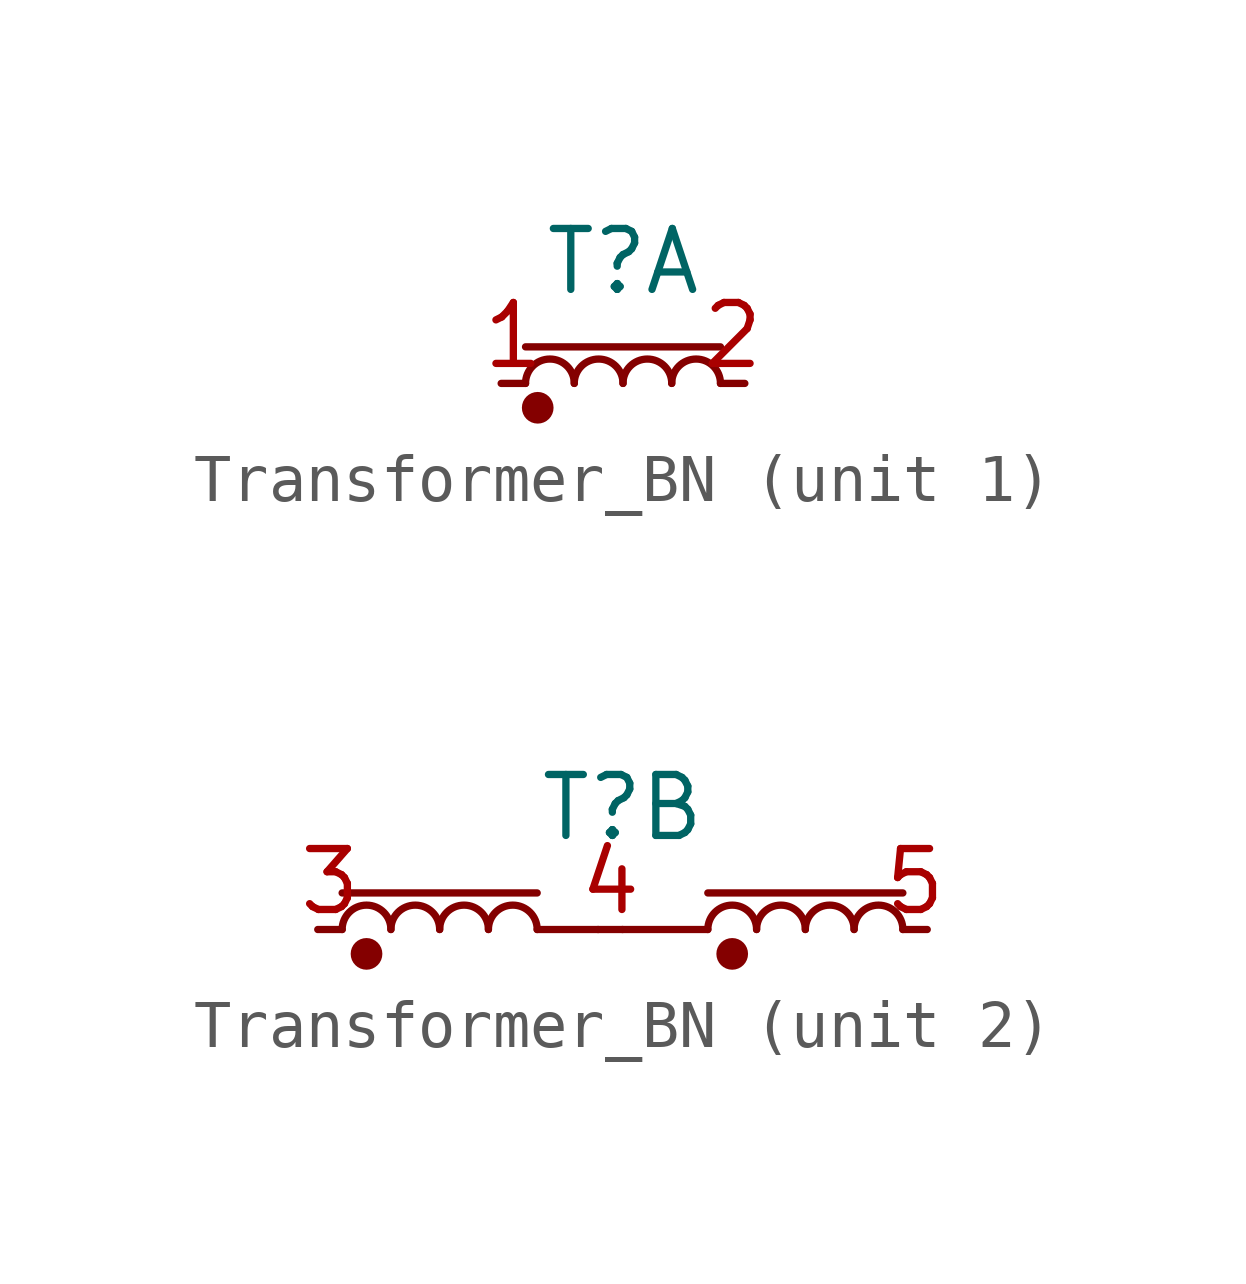
<source format=kicad_sym>
(kicad_symbol_lib
  (version 20220914)
  (generator kicad_symbol_editor)
  (symbol "Transformer_BN"
    (pin_names
      (offset 0))
    (property "Reference" "T"
      (at 0 2.54 0)
      (effects (font (size 1.27 1.27))))
    (property "Value" ""
      (at 0 0 0)
      (effects (font (size 1.27 1.27))))
    (property "ki_locked" ""
      (at 0 0 0)
      (effects (font (size 1.27 1.27))))
    (symbol "Transformer_BN_1_1"
      (circle (center -1.778 -0.508) (radius 0.254) (stroke (width 0) (type default)) (fill (type outline)))
      (arc (start -1.016 0) (mid -1.524 0.5058) (end -2.032 0) (stroke (width 0) (type default)) (fill (type none)))
      (arc (start 0 0) (mid -0.508 0.5058) (end -1.016 0) (stroke (width 0) (type default)) (fill (type none)))
      (polyline (pts (xy -2.032 0.762) (xy 2.032 0.762)) (stroke (width 0) (type default)) (fill (type none)))
      (arc (start 1.016 0) (mid 0.508 0.5058) (end 0 0) (stroke (width 0) (type default)) (fill (type none)))
      (arc (start 2.032 0) (mid 1.524 0.5058) (end 1.016 0) (stroke (width 0) (type default)) (fill (type none)))
      (pin passive line (at -2.54 0 0) (length 0.508) (name "~" (effects (font (size 1.27 1.27)))) (number "1" (effects (font (size 1.27 1.27)))))
      (pin passive line (at 2.54 0 180) (length 0.508) (name "~" (effects (font (size 1.27 1.27)))) (number "2" (effects (font (size 1.27 1.27))))))
    (symbol "Transformer_BN_2_1"
      (circle (center -5.334 -0.508) (radius 0.254) (stroke (width 0) (type default)) (fill (type outline)))
      (arc (start -4.826 0) (mid -5.334 0.5058) (end -5.842 0) (stroke (width 0) (type default)) (fill (type none)))
      (arc (start -3.81 0) (mid -4.318 0.5058) (end -4.826 0) (stroke (width 0) (type default)) (fill (type none)))
      (arc (start -2.794 0) (mid -3.302 0.5058) (end -3.81 0) (stroke (width 0) (type default)) (fill (type none)))
      (arc (start -1.778 0) (mid -2.286 0.5058) (end -2.794 0) (stroke (width 0) (type default)) (fill (type none)))
      (polyline (pts (xy -5.842 0.762) (xy -1.778 0.762)) (stroke (width 0) (type default)) (fill (type none)))
      (polyline (pts (xy -1.778 0) (xy -0.508 0)) (stroke (width 0) (type default)) (fill (type none)))
      (polyline (pts (xy 0 0) (xy 1.778 0)) (stroke (width 0) (type default)) (fill (type none)))
      (polyline (pts (xy 1.778 0.762) (xy 5.842 0.762)) (stroke (width 0) (type default)) (fill (type none)))
      (circle (center 2.286 -0.508) (radius 0.254) (stroke (width 0) (type default)) (fill (type outline)))
      (arc (start 2.794 0) (mid 2.286 0.5058) (end 1.778 0) (stroke (width 0) (type default)) (fill (type none)))
      (arc (start 3.81 0) (mid 3.302 0.5058) (end 2.794 0) (stroke (width 0) (type default)) (fill (type none)))
      (arc (start 4.826 0) (mid 4.318 0.5058) (end 3.81 0) (stroke (width 0) (type default)) (fill (type none)))
      (arc (start 5.842 0) (mid 5.334 0.5058) (end 4.826 0) (stroke (width 0) (type default)) (fill (type none)))
      (pin passive line (at -6.35 0 0) (length 0.508) (name "~" (effects (font (size 1.27 1.27)))) (number "3" (effects (font (size 1.27 1.27)))))
      (pin passive line (at 0 0 180) (length 0.508) (name "~" (effects (font (size 1.27 1.27)))) (number "4" (effects (font (size 1.27 1.27)))))
      (pin passive line (at 6.35 0 180) (length 0.508) (name "~" (effects (font (size 1.27 1.27)))) (number "5" (effects (font (size 1.27 1.27))))))))
</source>
